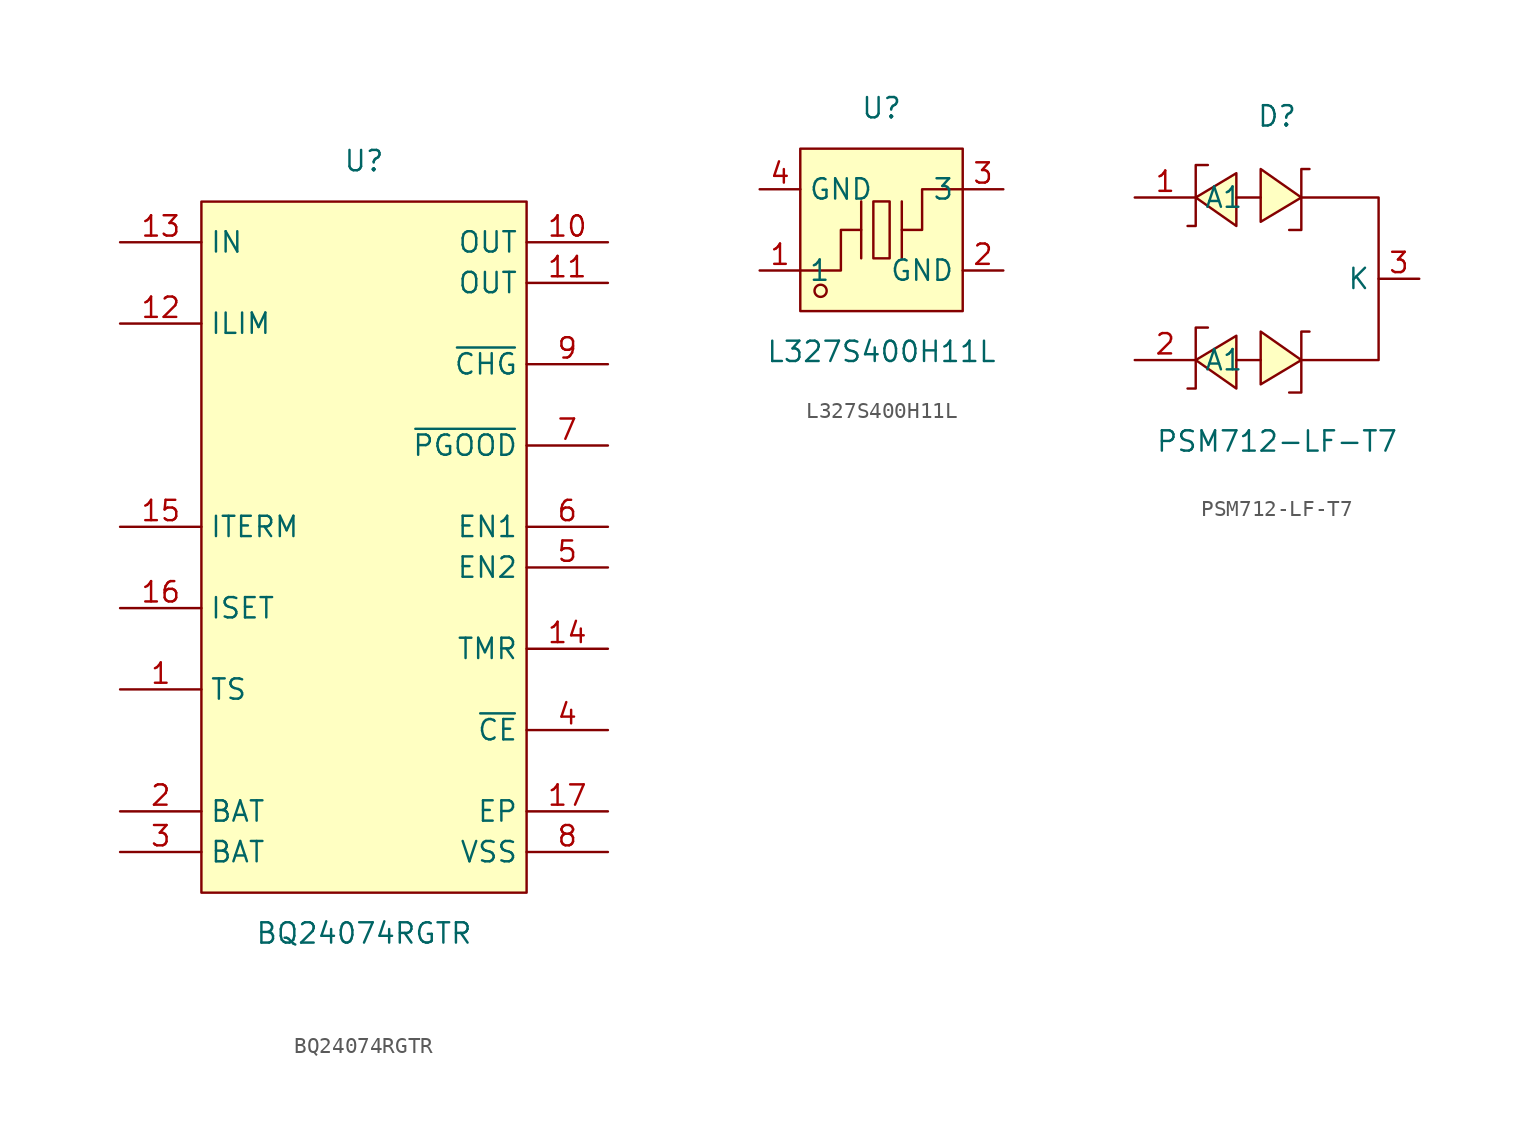
<source format=kicad_sym>
(kicad_symbol_lib
  (version 20211014)
  (generator https://github.com/uPesy/easyeda2kicad.py)
  (symbol "BQ24074RGTR"
    (property "Reference" "U"
      (at 0 24.13 0)
      (effects (font (size 1.27 1.27))))
    (property "Value" "BQ24074RGTR"
      (at 0 -24.13 0)
      (effects (font (size 1.27 1.27))))
    (symbol "BQ24074RGTR_0_1"
      (rectangle (start -10.16 21.59) (end 10.16 -21.59) (stroke (width 0) (type default) (color 0 0 0 0)) (fill (type background)))
      (pin unspecified line (at -15.24 -8.89 0) (length 5.08) (name "TS" (effects (font (size 1.27 1.27)))) (number "1" (effects (font (size 1.27 1.27)))))
      (pin power_in line (at -15.24 -16.51 0) (length 5.08) (name "BAT" (effects (font (size 1.27 1.27)))) (number "2" (effects (font (size 1.27 1.27)))))
      (pin power_in line (at -15.24 -19.05 0) (length 5.08) (name "BAT" (effects (font (size 1.27 1.27)))) (number "3" (effects (font (size 1.27 1.27)))))
      (pin unspecified line (at 15.24 -11.43 180) (length 5.08) (name "~{CE}" (effects (font (size 1.27 1.27)))) (number "4" (effects (font (size 1.27 1.27)))))
      (pin unspecified line (at 15.24 -1.27 180) (length 5.08) (name "EN2" (effects (font (size 1.27 1.27)))) (number "5" (effects (font (size 1.27 1.27)))))
      (pin unspecified line (at 15.24 1.27 180) (length 5.08) (name "EN1" (effects (font (size 1.27 1.27)))) (number "6" (effects (font (size 1.27 1.27)))))
      (pin unspecified line (at 15.24 6.35 180) (length 5.08) (name "~{PGOOD}" (effects (font (size 1.27 1.27)))) (number "7" (effects (font (size 1.27 1.27)))))
      (pin power_in line (at 15.24 -19.05 180) (length 5.08) (name "VSS" (effects (font (size 1.27 1.27)))) (number "8" (effects (font (size 1.27 1.27)))))
      (pin unspecified line (at 15.24 11.43 180) (length 5.08) (name "~{CHG}" (effects (font (size 1.27 1.27)))) (number "9" (effects (font (size 1.27 1.27)))))
      (pin power_in line (at 15.24 19.05 180) (length 5.08) (name "OUT" (effects (font (size 1.27 1.27)))) (number "10" (effects (font (size 1.27 1.27)))))
      (pin power_in line (at 15.24 16.51 180) (length 5.08) (name "OUT" (effects (font (size 1.27 1.27)))) (number "11" (effects (font (size 1.27 1.27)))))
      (pin unspecified line (at -15.24 13.97 0) (length 5.08) (name "ILIM" (effects (font (size 1.27 1.27)))) (number "12" (effects (font (size 1.27 1.27)))))
      (pin power_in line (at -15.24 19.05 0) (length 5.08) (name "IN" (effects (font (size 1.27 1.27)))) (number "13" (effects (font (size 1.27 1.27)))))
      (pin unspecified line (at 15.24 -6.35 180) (length 5.08) (name "TMR" (effects (font (size 1.27 1.27)))) (number "14" (effects (font (size 1.27 1.27)))))
      (pin unspecified line (at -15.24 1.27 0) (length 5.08) (name "ITERM" (effects (font (size 1.27 1.27)))) (number "15" (effects (font (size 1.27 1.27)))))
      (pin unspecified line (at -15.24 -3.81 0) (length 5.08) (name "ISET" (effects (font (size 1.27 1.27)))) (number "16" (effects (font (size 1.27 1.27)))))
      (pin power_in line (at 15.24 -16.51 180) (length 5.08) (name "EP" (effects (font (size 1.27 1.27)))) (number "17" (effects (font (size 1.27 1.27)))))))
  (symbol "L327S400H11L"
    (property "Reference" "U"
      (at 0 7.62 0)
      (effects (font (size 1.27 1.27))))
    (property "Value" "L327S400H11L"
      (at 0 -7.62 0)
      (effects (font (size 1.27 1.27))))
    (symbol "L327S400H11L_0_1"
      (rectangle (start -5.08 5.08) (end 5.08 -5.08) (stroke (width 0) (type default) (color 0 0 0 0)) (fill (type background)))
      (rectangle (start -0.51 1.78) (end 0.51 -1.78) (stroke (width 0) (type default) (color 0 0 0 0)) (fill (type background)))
      (circle (center -3.81 -3.81) (radius 0.38) (stroke (width 0) (type default) (color 0 0 0 0)) (fill (type none)))
      (polyline (pts (xy -1.27 -1.78) (xy -1.27 1.78)) (stroke (width 0) (type default) (color 0 0 0 0)) (fill (type none)))
      (polyline (pts (xy 1.27 -1.78) (xy 1.27 1.78)) (stroke (width 0) (type default) (color 0 0 0 0)) (fill (type none)))
      (polyline (pts (xy -5.08 -2.54) (xy -2.54 -2.54) (xy -2.54 -0.00) (xy -1.27 -0.00)) (stroke (width 0) (type default) (color 0 0 0 0)) (fill (type none)))
      (polyline (pts (xy 5.08 2.54) (xy 2.54 2.54) (xy 2.54 -0.00) (xy 1.27 -0.00)) (stroke (width 0) (type default) (color 0 0 0 0)) (fill (type none)))
      (pin input line (at -7.62 -2.54 0) (length 2.54) (name "1" (effects (font (size 1.27 1.27)))) (number "1" (effects (font (size 1.27 1.27)))))
      (pin input line (at 7.62 2.54 180) (length 2.54) (name "3" (effects (font (size 1.27 1.27)))) (number "3" (effects (font (size 1.27 1.27)))))
      (pin input line (at -7.62 2.54 0) (length 2.54) (name "GND" (effects (font (size 1.27 1.27)))) (number "4" (effects (font (size 1.27 1.27)))))
      (pin input line (at 7.62 -2.54 180) (length 2.54) (name "GND" (effects (font (size 1.27 1.27)))) (number "2" (effects (font (size 1.27 1.27)))))))
  (symbol "PSM712-LF-T7"
    (property "Reference" "D"
      (at 0 10.16 0)
      (effects (font (size 1.27 1.27))))
    (property "Value" "PSM712-LF-T7"
      (at 0 -10.16 0)
      (effects (font (size 1.27 1.27))))
    (symbol "PSM712-LF-T7_0_1"
      (polyline (pts (xy -1.02 3.56) (xy 1.52 5.08) (xy -1.02 6.86) (xy -1.02 3.56)) (stroke (width 0) (type default) (color 0 0 0 0)) (fill (type background)))
      (polyline (pts (xy -2.54 6.60) (xy -5.08 5.08) (xy -2.54 3.30) (xy -2.54 6.60)) (stroke (width 0) (type default) (color 0 0 0 0)) (fill (type background)))
      (polyline (pts (xy -1.02 -6.60) (xy 1.52 -5.08) (xy -1.02 -3.30) (xy -1.02 -6.60)) (stroke (width 0) (type default) (color 0 0 0 0)) (fill (type background)))
      (polyline (pts (xy -2.54 -3.56) (xy -5.08 -5.08) (xy -2.54 -6.86) (xy -2.54 -3.56)) (stroke (width 0) (type default) (color 0 0 0 0)) (fill (type background)))
      (polyline (pts (xy 2.03 6.86) (xy 1.52 6.86) (xy 1.52 3.05) (xy 0.76 3.05)) (stroke (width 0) (type default) (color 0 0 0 0)) (fill (type none)))
      (polyline (pts (xy -5.59 3.30) (xy -5.08 3.30) (xy -5.08 7.11) (xy -4.32 7.11)) (stroke (width 0) (type default) (color 0 0 0 0)) (fill (type none)))
      (polyline (pts (xy 2.03 -3.30) (xy 1.52 -3.30) (xy 1.52 -7.11) (xy 0.76 -7.11)) (stroke (width 0) (type default) (color 0 0 0 0)) (fill (type none)))
      (polyline (pts (xy -5.59 -6.86) (xy -5.08 -6.86) (xy -5.08 -3.05) (xy -4.32 -3.05)) (stroke (width 0) (type default) (color 0 0 0 0)) (fill (type none)))
      (polyline (pts (xy 1.52 5.08) (xy 6.35 5.08) (xy 6.35 -5.08) (xy 1.52 -5.08)) (stroke (width 0) (type default) (color 0 0 0 0)) (fill (type none)))
      (polyline (pts (xy -2.54 5.08) (xy -1.02 5.08)) (stroke (width 0) (type default) (color 0 0 0 0)) (fill (type none)))
      (polyline (pts (xy -2.54 -5.08) (xy -1.02 -5.08)) (stroke (width 0) (type default) (color 0 0 0 0)) (fill (type none)))
      (pin unspecified line (at -8.89 5.08 0) (length 3.81) (name "A1" (effects (font (size 1.27 1.27)))) (number "1" (effects (font (size 1.27 1.27)))))
      (pin unspecified line (at 8.89 -0.00 180) (length 2.54) (name "K" (effects (font (size 1.27 1.27)))) (number "3" (effects (font (size 1.27 1.27)))))
      (pin unspecified line (at -8.89 -5.08 0) (length 3.81) (name "A1" (effects (font (size 1.27 1.27)))) (number "2" (effects (font (size 1.27 1.27))))))))
</source>
